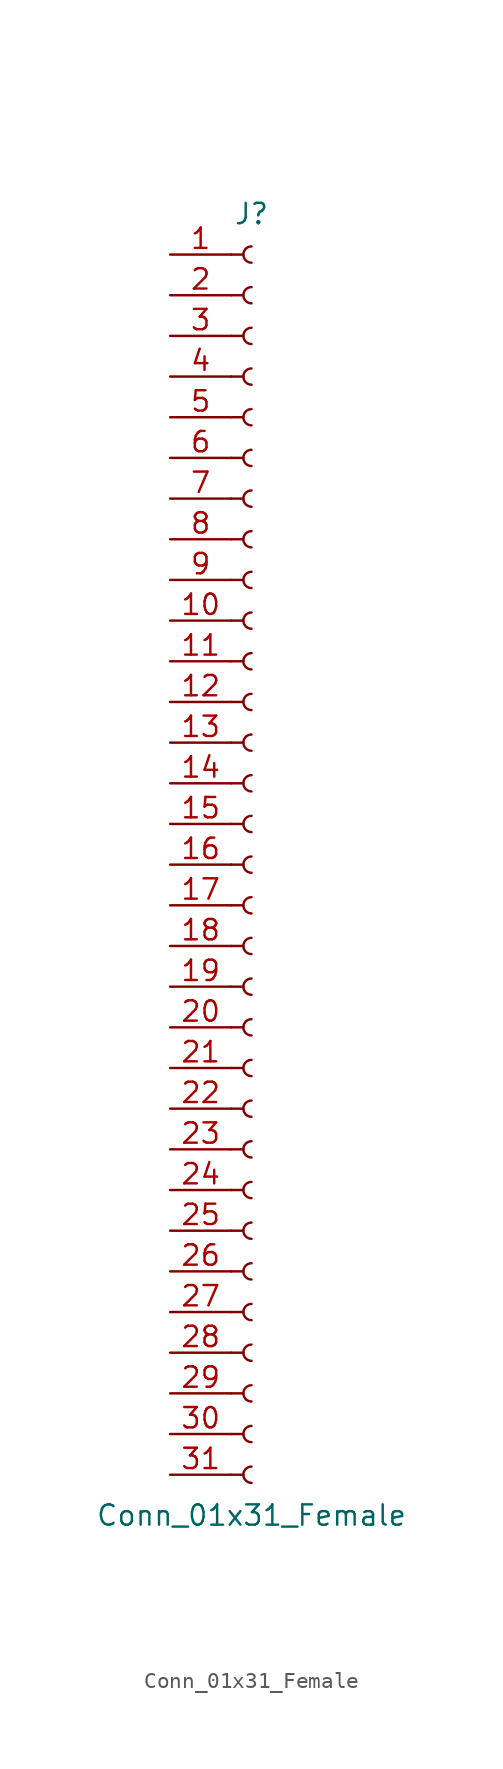
<source format=kicad_sym>
(kicad_symbol_lib
  (version 20211014)
  (generator kicad_symbol_editor)
  (symbol "Conn_01x31_Female"
    (pin_names
      (offset 1.016) hide)
    (property "Reference" "J"
      (at 0 40.64 0)
      (effects (font (size 1.27 1.27))))
    (property "Value" "Conn_01x31_Female"
      (at 0 -40.64 0)
      (effects (font (size 1.27 1.27))))
    (symbol "Conn_01x31_Female_1_1"
      (arc (start 0 -37.592) (mid -0.508 -38.1) (end 0 -38.608) (stroke (width 0.1524) (type default) (color 0 0 0 0)) (fill (type none)))
      (arc (start 0 -35.052) (mid -0.508 -35.56) (end 0 -36.068) (stroke (width 0.1524) (type default) (color 0 0 0 0)) (fill (type none)))
      (arc (start 0 -32.512) (mid -0.508 -33.02) (end 0 -33.528) (stroke (width 0.1524) (type default) (color 0 0 0 0)) (fill (type none)))
      (arc (start 0 -29.972) (mid -0.508 -30.48) (end 0 -30.988) (stroke (width 0.1524) (type default) (color 0 0 0 0)) (fill (type none)))
      (arc (start 0 -27.432) (mid -0.508 -27.94) (end 0 -28.448) (stroke (width 0.1524) (type default) (color 0 0 0 0)) (fill (type none)))
      (arc (start 0 -24.892) (mid -0.508 -25.4) (end 0 -25.908) (stroke (width 0.1524) (type default) (color 0 0 0 0)) (fill (type none)))
      (arc (start 0 -22.352) (mid -0.508 -22.86) (end 0 -23.368) (stroke (width 0.1524) (type default) (color 0 0 0 0)) (fill (type none)))
      (arc (start 0 -19.812) (mid -0.508 -20.32) (end 0 -20.828) (stroke (width 0.1524) (type default) (color 0 0 0 0)) (fill (type none)))
      (arc (start 0 -17.272) (mid -0.508 -17.78) (end 0 -18.288) (stroke (width 0.1524) (type default) (color 0 0 0 0)) (fill (type none)))
      (arc (start 0 -14.732) (mid -0.508 -15.24) (end 0 -15.748) (stroke (width 0.1524) (type default) (color 0 0 0 0)) (fill (type none)))
      (arc (start 0 -12.192) (mid -0.508 -12.7) (end 0 -13.208) (stroke (width 0.1524) (type default) (color 0 0 0 0)) (fill (type none)))
      (arc (start 0 -9.652) (mid -0.508 -10.16) (end 0 -10.668) (stroke (width 0.1524) (type default) (color 0 0 0 0)) (fill (type none)))
      (arc (start 0 -7.112) (mid -0.508 -7.62) (end 0 -8.128) (stroke (width 0.1524) (type default) (color 0 0 0 0)) (fill (type none)))
      (arc (start 0 -4.572) (mid -0.508 -5.08) (end 0 -5.588) (stroke (width 0.1524) (type default) (color 0 0 0 0)) (fill (type none)))
      (arc (start 0 -2.032) (mid -0.508 -2.54) (end 0 -3.048) (stroke (width 0.1524) (type default) (color 0 0 0 0)) (fill (type none)))
      (polyline (pts (xy -1.27 -38.1) (xy -0.508 -38.1)) (stroke (width 0.152) (type default) (color 0 0 0 0)) (fill (type none)))
      (polyline (pts (xy -1.27 -35.56) (xy -0.508 -35.56)) (stroke (width 0.152) (type default) (color 0 0 0 0)) (fill (type none)))
      (polyline (pts (xy -1.27 -33.02) (xy -0.508 -33.02)) (stroke (width 0.152) (type default) (color 0 0 0 0)) (fill (type none)))
      (polyline (pts (xy -1.27 -30.48) (xy -0.508 -30.48)) (stroke (width 0.152) (type default) (color 0 0 0 0)) (fill (type none)))
      (polyline (pts (xy -1.27 -27.94) (xy -0.508 -27.94)) (stroke (width 0.152) (type default) (color 0 0 0 0)) (fill (type none)))
      (polyline (pts (xy -1.27 -25.4) (xy -0.508 -25.4)) (stroke (width 0.152) (type default) (color 0 0 0 0)) (fill (type none)))
      (polyline (pts (xy -1.27 -22.86) (xy -0.508 -22.86)) (stroke (width 0.152) (type default) (color 0 0 0 0)) (fill (type none)))
      (polyline (pts (xy -1.27 -20.32) (xy -0.508 -20.32)) (stroke (width 0.152) (type default) (color 0 0 0 0)) (fill (type none)))
      (polyline (pts (xy -1.27 -17.78) (xy -0.508 -17.78)) (stroke (width 0.152) (type default) (color 0 0 0 0)) (fill (type none)))
      (polyline (pts (xy -1.27 -15.24) (xy -0.508 -15.24)) (stroke (width 0.152) (type default) (color 0 0 0 0)) (fill (type none)))
      (polyline (pts (xy -1.27 -12.7) (xy -0.508 -12.7)) (stroke (width 0.152) (type default) (color 0 0 0 0)) (fill (type none)))
      (polyline (pts (xy -1.27 -10.16) (xy -0.508 -10.16)) (stroke (width 0.152) (type default) (color 0 0 0 0)) (fill (type none)))
      (polyline (pts (xy -1.27 -7.62) (xy -0.508 -7.62)) (stroke (width 0.152) (type default) (color 0 0 0 0)) (fill (type none)))
      (polyline (pts (xy -1.27 -5.08) (xy -0.508 -5.08)) (stroke (width 0.152) (type default) (color 0 0 0 0)) (fill (type none)))
      (polyline (pts (xy -1.27 -2.54) (xy -0.508 -2.54)) (stroke (width 0.152) (type default) (color 0 0 0 0)) (fill (type none)))
      (polyline (pts (xy -1.27 0) (xy -0.508 0)) (stroke (width 0.152) (type default) (color 0 0 0 0)) (fill (type none)))
      (polyline (pts (xy -1.27 2.54) (xy -0.508 2.54)) (stroke (width 0.152) (type default) (color 0 0 0 0)) (fill (type none)))
      (polyline (pts (xy -1.27 5.08) (xy -0.508 5.08)) (stroke (width 0.152) (type default) (color 0 0 0 0)) (fill (type none)))
      (polyline (pts (xy -1.27 7.62) (xy -0.508 7.62)) (stroke (width 0.152) (type default) (color 0 0 0 0)) (fill (type none)))
      (polyline (pts (xy -1.27 10.16) (xy -0.508 10.16)) (stroke (width 0.152) (type default) (color 0 0 0 0)) (fill (type none)))
      (polyline (pts (xy -1.27 12.7) (xy -0.508 12.7)) (stroke (width 0.152) (type default) (color 0 0 0 0)) (fill (type none)))
      (polyline (pts (xy -1.27 15.24) (xy -0.508 15.24)) (stroke (width 0.152) (type default) (color 0 0 0 0)) (fill (type none)))
      (polyline (pts (xy -1.27 17.78) (xy -0.508 17.78)) (stroke (width 0.152) (type default) (color 0 0 0 0)) (fill (type none)))
      (polyline (pts (xy -1.27 20.32) (xy -0.508 20.32)) (stroke (width 0.152) (type default) (color 0 0 0 0)) (fill (type none)))
      (polyline (pts (xy -1.27 22.86) (xy -0.508 22.86)) (stroke (width 0.152) (type default) (color 0 0 0 0)) (fill (type none)))
      (polyline (pts (xy -1.27 25.4) (xy -0.508 25.4)) (stroke (width 0.152) (type default) (color 0 0 0 0)) (fill (type none)))
      (polyline (pts (xy -1.27 27.94) (xy -0.508 27.94)) (stroke (width 0.152) (type default) (color 0 0 0 0)) (fill (type none)))
      (polyline (pts (xy -1.27 30.48) (xy -0.508 30.48)) (stroke (width 0.152) (type default) (color 0 0 0 0)) (fill (type none)))
      (polyline (pts (xy -1.27 33.02) (xy -0.508 33.02)) (stroke (width 0.152) (type default) (color 0 0 0 0)) (fill (type none)))
      (polyline (pts (xy -1.27 35.56) (xy -0.508 35.56)) (stroke (width 0.152) (type default) (color 0 0 0 0)) (fill (type none)))
      (polyline (pts (xy -1.27 38.1) (xy -0.508 38.1)) (stroke (width 0.152) (type default) (color 0 0 0 0)) (fill (type none)))
      (arc (start 0 0.508) (mid -0.508 0) (end 0 -0.508) (stroke (width 0.1524) (type default) (color 0 0 0 0)) (fill (type none)))
      (arc (start 0 3.048) (mid -0.508 2.54) (end 0 2.032) (stroke (width 0.1524) (type default) (color 0 0 0 0)) (fill (type none)))
      (arc (start 0 5.588) (mid -0.508 5.08) (end 0 4.572) (stroke (width 0.1524) (type default) (color 0 0 0 0)) (fill (type none)))
      (arc (start 0 8.128) (mid -0.508 7.62) (end 0 7.112) (stroke (width 0.1524) (type default) (color 0 0 0 0)) (fill (type none)))
      (arc (start 0 10.668) (mid -0.508 10.16) (end 0 9.652) (stroke (width 0.1524) (type default) (color 0 0 0 0)) (fill (type none)))
      (arc (start 0 13.208) (mid -0.508 12.7) (end 0 12.192) (stroke (width 0.1524) (type default) (color 0 0 0 0)) (fill (type none)))
      (arc (start 0 15.748) (mid -0.508 15.24) (end 0 14.732) (stroke (width 0.1524) (type default) (color 0 0 0 0)) (fill (type none)))
      (arc (start 0 18.288) (mid -0.508 17.78) (end 0 17.272) (stroke (width 0.1524) (type default) (color 0 0 0 0)) (fill (type none)))
      (arc (start 0 20.828) (mid -0.508 20.32) (end 0 19.812) (stroke (width 0.1524) (type default) (color 0 0 0 0)) (fill (type none)))
      (arc (start 0 23.368) (mid -0.508 22.86) (end 0 22.352) (stroke (width 0.1524) (type default) (color 0 0 0 0)) (fill (type none)))
      (arc (start 0 25.908) (mid -0.508 25.4) (end 0 24.892) (stroke (width 0.1524) (type default) (color 0 0 0 0)) (fill (type none)))
      (arc (start 0 28.448) (mid -0.508 27.94) (end 0 27.432) (stroke (width 0.1524) (type default) (color 0 0 0 0)) (fill (type none)))
      (arc (start 0 30.988) (mid -0.508 30.48) (end 0 29.972) (stroke (width 0.1524) (type default) (color 0 0 0 0)) (fill (type none)))
      (arc (start 0 33.528) (mid -0.508 33.02) (end 0 32.512) (stroke (width 0.1524) (type default) (color 0 0 0 0)) (fill (type none)))
      (arc (start 0 36.068) (mid -0.508 35.56) (end 0 35.052) (stroke (width 0.1524) (type default) (color 0 0 0 0)) (fill (type none)))
      (arc (start 0 38.608) (mid -0.508 38.1) (end 0 37.592) (stroke (width 0.1524) (type default) (color 0 0 0 0)) (fill (type none)))
      (pin passive line (at -5.08 38.1 0) (length 3.81) (name "Pin_1" (effects (font (size 1.27 1.27)))) (number "1" (effects (font (size 1.27 1.27)))))
      (pin passive line (at -5.08 15.24 0) (length 3.81) (name "Pin_10" (effects (font (size 1.27 1.27)))) (number "10" (effects (font (size 1.27 1.27)))))
      (pin passive line (at -5.08 12.7 0) (length 3.81) (name "Pin_11" (effects (font (size 1.27 1.27)))) (number "11" (effects (font (size 1.27 1.27)))))
      (pin passive line (at -5.08 10.16 0) (length 3.81) (name "Pin_12" (effects (font (size 1.27 1.27)))) (number "12" (effects (font (size 1.27 1.27)))))
      (pin passive line (at -5.08 7.62 0) (length 3.81) (name "Pin_13" (effects (font (size 1.27 1.27)))) (number "13" (effects (font (size 1.27 1.27)))))
      (pin passive line (at -5.08 5.08 0) (length 3.81) (name "Pin_14" (effects (font (size 1.27 1.27)))) (number "14" (effects (font (size 1.27 1.27)))))
      (pin passive line (at -5.08 2.54 0) (length 3.81) (name "Pin_15" (effects (font (size 1.27 1.27)))) (number "15" (effects (font (size 1.27 1.27)))))
      (pin passive line (at -5.08 0 0) (length 3.81) (name "Pin_16" (effects (font (size 1.27 1.27)))) (number "16" (effects (font (size 1.27 1.27)))))
      (pin passive line (at -5.08 -2.54 0) (length 3.81) (name "Pin_17" (effects (font (size 1.27 1.27)))) (number "17" (effects (font (size 1.27 1.27)))))
      (pin passive line (at -5.08 -5.08 0) (length 3.81) (name "Pin_18" (effects (font (size 1.27 1.27)))) (number "18" (effects (font (size 1.27 1.27)))))
      (pin passive line (at -5.08 -7.62 0) (length 3.81) (name "Pin_19" (effects (font (size 1.27 1.27)))) (number "19" (effects (font (size 1.27 1.27)))))
      (pin passive line (at -5.08 35.56 0) (length 3.81) (name "Pin_2" (effects (font (size 1.27 1.27)))) (number "2" (effects (font (size 1.27 1.27)))))
      (pin passive line (at -5.08 -10.16 0) (length 3.81) (name "Pin_20" (effects (font (size 1.27 1.27)))) (number "20" (effects (font (size 1.27 1.27)))))
      (pin passive line (at -5.08 -12.7 0) (length 3.81) (name "Pin_21" (effects (font (size 1.27 1.27)))) (number "21" (effects (font (size 1.27 1.27)))))
      (pin passive line (at -5.08 -15.24 0) (length 3.81) (name "Pin_22" (effects (font (size 1.27 1.27)))) (number "22" (effects (font (size 1.27 1.27)))))
      (pin passive line (at -5.08 -17.78 0) (length 3.81) (name "Pin_23" (effects (font (size 1.27 1.27)))) (number "23" (effects (font (size 1.27 1.27)))))
      (pin passive line (at -5.08 -20.32 0) (length 3.81) (name "Pin_24" (effects (font (size 1.27 1.27)))) (number "24" (effects (font (size 1.27 1.27)))))
      (pin passive line (at -5.08 -22.86 0) (length 3.81) (name "Pin_25" (effects (font (size 1.27 1.27)))) (number "25" (effects (font (size 1.27 1.27)))))
      (pin passive line (at -5.08 -25.4 0) (length 3.81) (name "Pin_26" (effects (font (size 1.27 1.27)))) (number "26" (effects (font (size 1.27 1.27)))))
      (pin passive line (at -5.08 -27.94 0) (length 3.81) (name "Pin_27" (effects (font (size 1.27 1.27)))) (number "27" (effects (font (size 1.27 1.27)))))
      (pin passive line (at -5.08 -30.48 0) (length 3.81) (name "Pin_28" (effects (font (size 1.27 1.27)))) (number "28" (effects (font (size 1.27 1.27)))))
      (pin passive line (at -5.08 -33.02 0) (length 3.81) (name "Pin_29" (effects (font (size 1.27 1.27)))) (number "29" (effects (font (size 1.27 1.27)))))
      (pin passive line (at -5.08 33.02 0) (length 3.81) (name "Pin_3" (effects (font (size 1.27 1.27)))) (number "3" (effects (font (size 1.27 1.27)))))
      (pin passive line (at -5.08 -35.56 0) (length 3.81) (name "Pin_30" (effects (font (size 1.27 1.27)))) (number "30" (effects (font (size 1.27 1.27)))))
      (pin passive line (at -5.08 -38.1 0) (length 3.81) (name "Pin_31" (effects (font (size 1.27 1.27)))) (number "31" (effects (font (size 1.27 1.27)))))
      (pin passive line (at -5.08 30.48 0) (length 3.81) (name "Pin_4" (effects (font (size 1.27 1.27)))) (number "4" (effects (font (size 1.27 1.27)))))
      (pin passive line (at -5.08 27.94 0) (length 3.81) (name "Pin_5" (effects (font (size 1.27 1.27)))) (number "5" (effects (font (size 1.27 1.27)))))
      (pin passive line (at -5.08 25.4 0) (length 3.81) (name "Pin_6" (effects (font (size 1.27 1.27)))) (number "6" (effects (font (size 1.27 1.27)))))
      (pin passive line (at -5.08 22.86 0) (length 3.81) (name "Pin_7" (effects (font (size 1.27 1.27)))) (number "7" (effects (font (size 1.27 1.27)))))
      (pin passive line (at -5.08 20.32 0) (length 3.81) (name "Pin_8" (effects (font (size 1.27 1.27)))) (number "8" (effects (font (size 1.27 1.27)))))
      (pin passive line (at -5.08 17.78 0) (length 3.81) (name "Pin_9" (effects (font (size 1.27 1.27)))) (number "9" (effects (font (size 1.27 1.27))))))))
</source>
